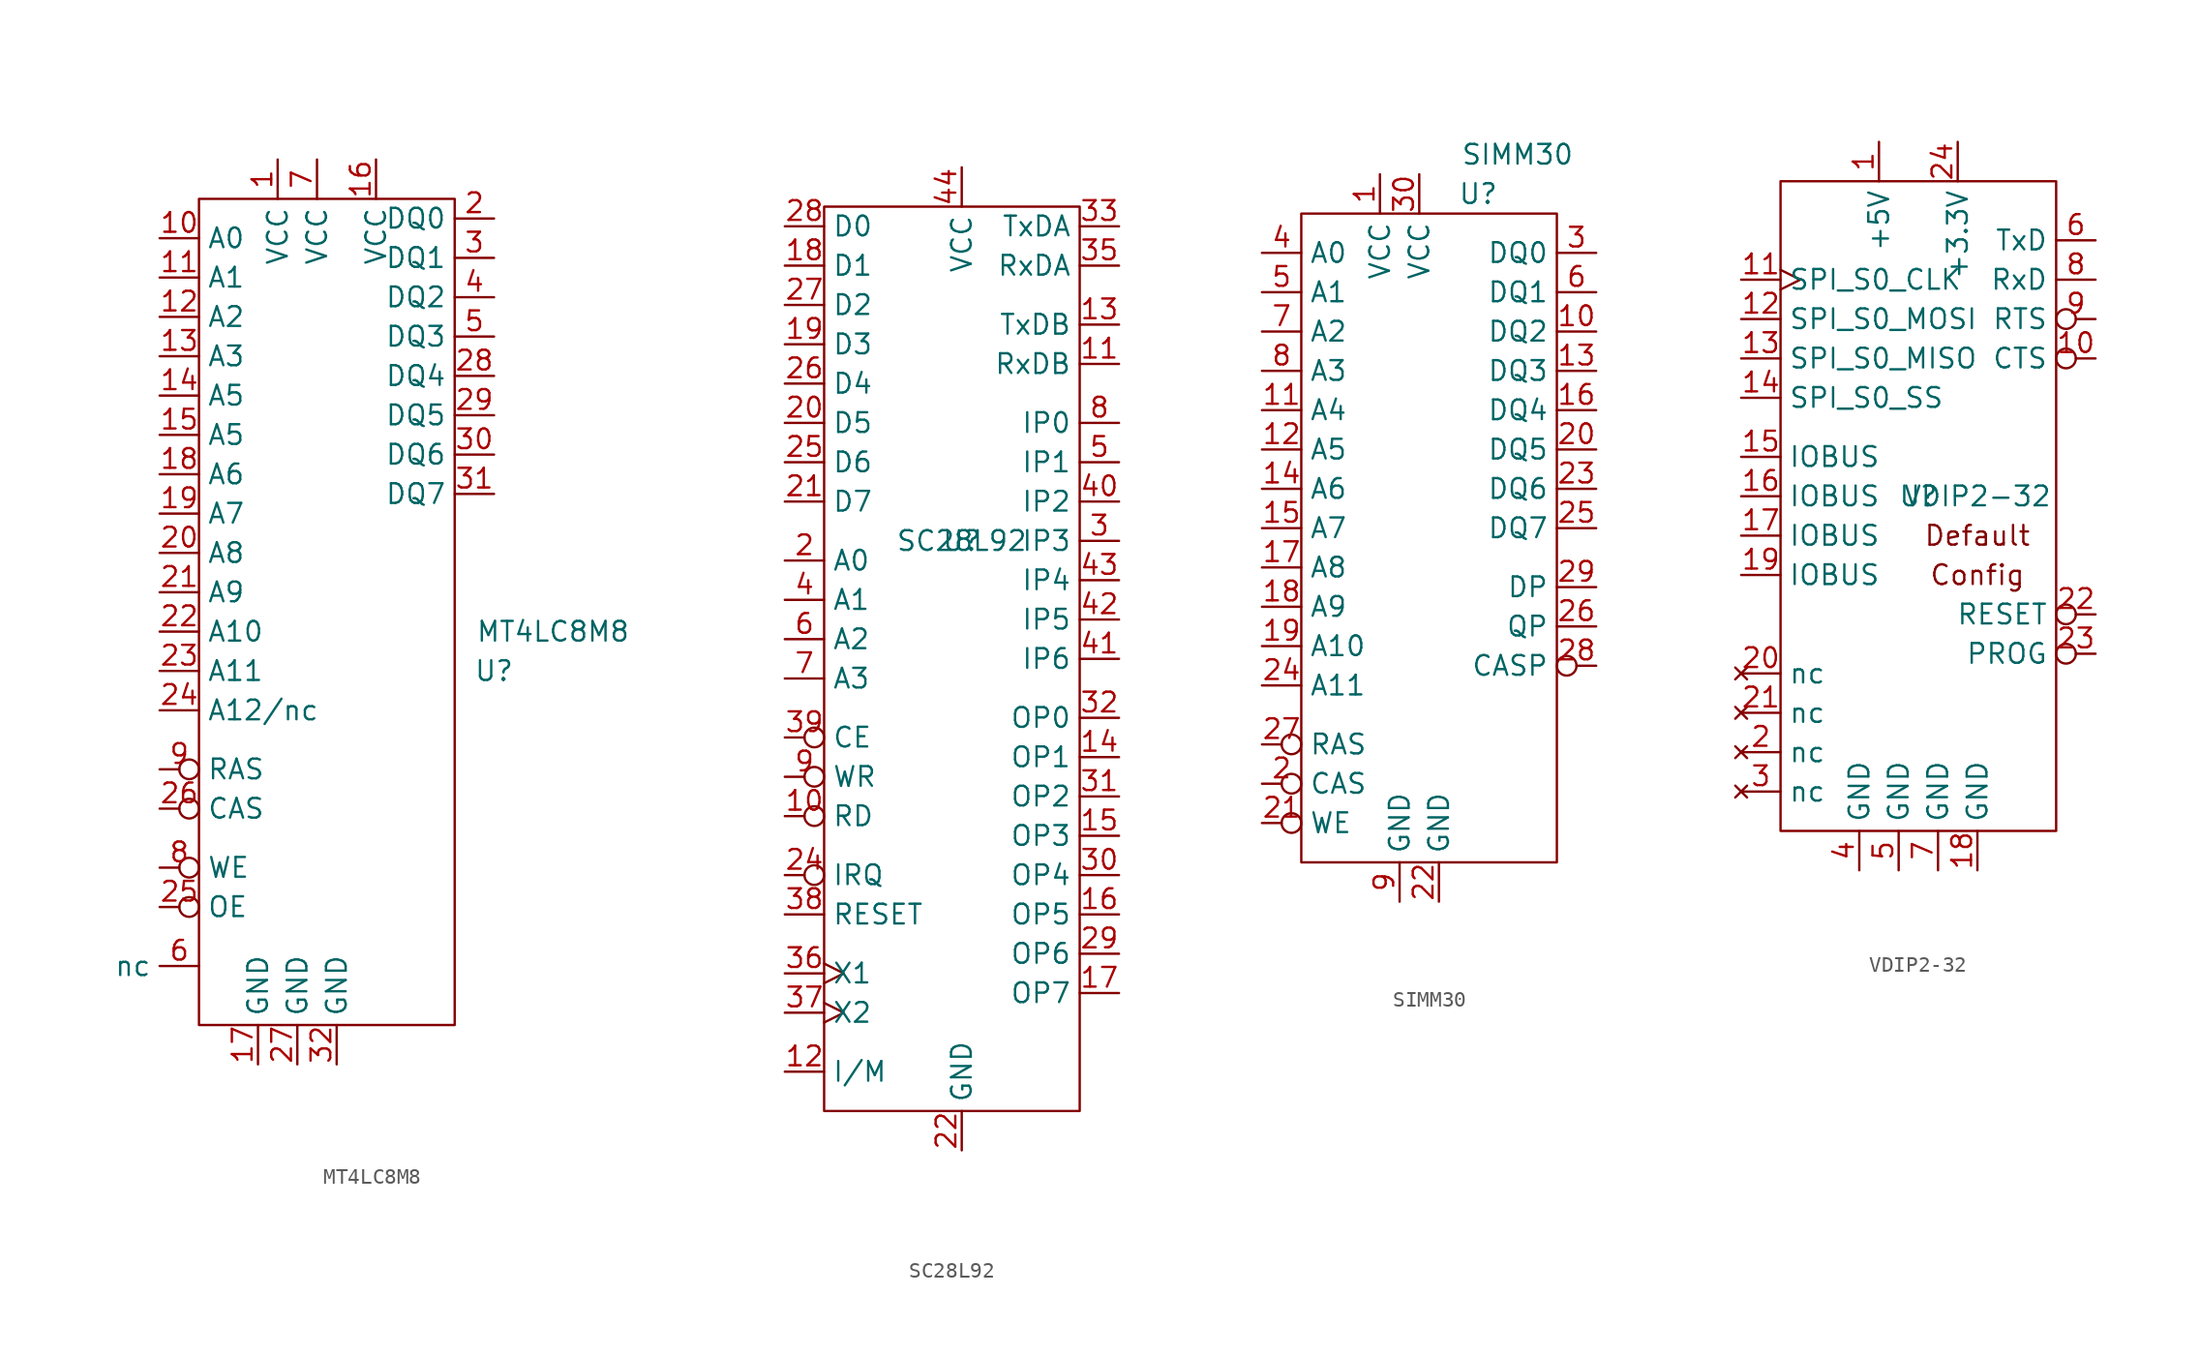
<source format=kicad_sym>
(kicad_symbol_lib
  (version 20211014)
  (generator kicad_symbol_editor)
  (symbol "MT4LC8M8"
    (property "Reference" "U"
      (at 10.16 -3.81 0)
      (effects (font (size 1.27 1.27))))
    (property "Value" "MT4LC8M8"
      (at 13.97 -1.27 0)
      (effects (font (size 1.27 1.27))))
    (symbol "MT4LC8M8_0_1"
      (rectangle (start -8.89 26.67) (end 7.62 -26.67) (stroke (width 0.152) (type default) (color 0 0 0 0)) (fill (type none))))
    (symbol "MT4LC8M8_1_1"
      (pin power_in line (at -3.81 29.21 270) (length 2.54) (name "VCC" (effects (font (size 1.27 1.27)))) (number "1" (effects (font (size 1.27 1.27)))))
      (pin input line (at -11.43 24.13 0) (length 2.54) (name "A0" (effects (font (size 1.27 1.27)))) (number "10" (effects (font (size 1.27 1.27)))))
      (pin input line (at -11.43 21.59 0) (length 2.54) (name "A1" (effects (font (size 1.27 1.27)))) (number "11" (effects (font (size 1.27 1.27)))))
      (pin input line (at -11.43 19.05 0) (length 2.54) (name "A2" (effects (font (size 1.27 1.27)))) (number "12" (effects (font (size 1.27 1.27)))))
      (pin input line (at -11.43 16.51 0) (length 2.54) (name "A3" (effects (font (size 1.27 1.27)))) (number "13" (effects (font (size 1.27 1.27)))))
      (pin input line (at -11.43 13.97 0) (length 2.54) (name "A5" (effects (font (size 1.27 1.27)))) (number "14" (effects (font (size 1.27 1.27)))))
      (pin input line (at -11.43 11.43 0) (length 2.54) (name "A5" (effects (font (size 1.27 1.27)))) (number "15" (effects (font (size 1.27 1.27)))))
      (pin power_in line (at 2.54 29.21 270) (length 2.54) (name "VCC" (effects (font (size 1.27 1.27)))) (number "16" (effects (font (size 1.27 1.27)))))
      (pin power_in line (at -5.08 -29.21 90) (length 2.54) (name "GND" (effects (font (size 1.27 1.27)))) (number "17" (effects (font (size 1.27 1.27)))))
      (pin input line (at -11.43 8.89 0) (length 2.54) (name "A6" (effects (font (size 1.27 1.27)))) (number "18" (effects (font (size 1.27 1.27)))))
      (pin input line (at -11.43 6.35 0) (length 2.54) (name "A7" (effects (font (size 1.27 1.27)))) (number "19" (effects (font (size 1.27 1.27)))))
      (pin bidirectional line (at 10.16 25.4 180) (length 2.54) (name "DQ0" (effects (font (size 1.27 1.27)))) (number "2" (effects (font (size 1.27 1.27)))))
      (pin input line (at -11.43 3.81 0) (length 2.54) (name "A8" (effects (font (size 1.27 1.27)))) (number "20" (effects (font (size 1.27 1.27)))))
      (pin input line (at -11.43 1.27 0) (length 2.54) (name "A9" (effects (font (size 1.27 1.27)))) (number "21" (effects (font (size 1.27 1.27)))))
      (pin input line (at -11.43 -1.27 0) (length 2.54) (name "A10" (effects (font (size 1.27 1.27)))) (number "22" (effects (font (size 1.27 1.27)))))
      (pin input line (at -11.43 -3.81 0) (length 2.54) (name "A11" (effects (font (size 1.27 1.27)))) (number "23" (effects (font (size 1.27 1.27)))))
      (pin input line (at -11.43 -6.35 0) (length 2.54) (name "A12/nc" (effects (font (size 1.27 1.27)))) (number "24" (effects (font (size 1.27 1.27)))))
      (pin input inverted (at -11.43 -19.05 0) (length 2.54) (name "OE" (effects (font (size 1.27 1.27)))) (number "25" (effects (font (size 1.27 1.27)))))
      (pin input inverted (at -11.43 -12.7 0) (length 2.54) (name "CAS" (effects (font (size 1.27 1.27)))) (number "26" (effects (font (size 1.27 1.27)))))
      (pin power_in line (at -2.54 -29.21 90) (length 2.54) (name "GND" (effects (font (size 1.27 1.27)))) (number "27" (effects (font (size 1.27 1.27)))))
      (pin bidirectional line (at 10.16 15.24 180) (length 2.54) (name "DQ4" (effects (font (size 1.27 1.27)))) (number "28" (effects (font (size 1.27 1.27)))))
      (pin bidirectional line (at 10.16 12.7 180) (length 2.54) (name "DQ5" (effects (font (size 1.27 1.27)))) (number "29" (effects (font (size 1.27 1.27)))))
      (pin bidirectional line (at 10.16 22.86 180) (length 2.54) (name "DQ1" (effects (font (size 1.27 1.27)))) (number "3" (effects (font (size 1.27 1.27)))))
      (pin bidirectional line (at 10.16 10.16 180) (length 2.54) (name "DQ6" (effects (font (size 1.27 1.27)))) (number "30" (effects (font (size 1.27 1.27)))))
      (pin bidirectional line (at 10.16 7.62 180) (length 2.54) (name "DQ7" (effects (font (size 1.27 1.27)))) (number "31" (effects (font (size 1.27 1.27)))))
      (pin power_in line (at 0 -29.21 90) (length 2.54) (name "GND" (effects (font (size 1.27 1.27)))) (number "32" (effects (font (size 1.27 1.27)))))
      (pin bidirectional line (at 10.16 20.32 180) (length 2.54) (name "DQ2" (effects (font (size 1.27 1.27)))) (number "4" (effects (font (size 1.27 1.27)))))
      (pin bidirectional line (at 10.16 17.78 180) (length 2.54) (name "DQ3" (effects (font (size 1.27 1.27)))) (number "5" (effects (font (size 1.27 1.27)))))
      (pin free line (at -8.89 -22.86 180) (length 2.54) (name "nc" (effects (font (size 1.27 1.27)))) (number "6" (effects (font (size 1.27 1.27)))))
      (pin power_in line (at -1.27 29.21 270) (length 2.54) (name "VCC" (effects (font (size 1.27 1.27)))) (number "7" (effects (font (size 1.27 1.27)))))
      (pin input inverted (at -11.43 -16.51 0) (length 2.54) (name "WE" (effects (font (size 1.27 1.27)))) (number "8" (effects (font (size 1.27 1.27)))))
      (pin input inverted (at -11.43 -10.16 0) (length 2.54) (name "RAS" (effects (font (size 1.27 1.27)))) (number "9" (effects (font (size 1.27 1.27)))))))
  (symbol "SC28L92"
    (property "Reference" "U"
      (at 0 5.08 0)
      (effects (font (size 1.27 1.27))))
    (property "Value" "SC28L92"
      (at 0 5.08 0)
      (effects (font (size 1.27 1.27))))
    (symbol "SC28L92_0_1"
      (rectangle (start -8.89 26.67) (end 7.62 -31.75) (stroke (width 0.152) (type default) (color 0 0 0 0)) (fill (type none))))
    (symbol "SC28L92_1_1"
      (pin input inverted (at -11.43 -12.7 0) (length 2.54) (name "RD" (effects (font (size 1.27 1.27)))) (number "10" (effects (font (size 1.27 1.27)))))
      (pin input line (at 10.16 16.51 180) (length 2.54) (name "RxDB" (effects (font (size 1.27 1.27)))) (number "11" (effects (font (size 1.27 1.27)))))
      (pin input line (at -11.43 -29.21 0) (length 2.54) (name "I/M" (effects (font (size 1.27 1.27)))) (number "12" (effects (font (size 1.27 1.27)))))
      (pin output line (at 10.16 19.05 180) (length 2.54) (name "TxDB" (effects (font (size 1.27 1.27)))) (number "13" (effects (font (size 1.27 1.27)))))
      (pin output line (at 10.16 -8.89 180) (length 2.54) (name "OP1" (effects (font (size 1.27 1.27)))) (number "14" (effects (font (size 1.27 1.27)))))
      (pin output line (at 10.16 -13.97 180) (length 2.54) (name "OP3" (effects (font (size 1.27 1.27)))) (number "15" (effects (font (size 1.27 1.27)))))
      (pin output line (at 10.16 -19.05 180) (length 2.54) (name "OP5" (effects (font (size 1.27 1.27)))) (number "16" (effects (font (size 1.27 1.27)))))
      (pin output line (at 10.16 -24.13 180) (length 2.54) (name "OP7" (effects (font (size 1.27 1.27)))) (number "17" (effects (font (size 1.27 1.27)))))
      (pin bidirectional line (at -11.43 22.86 0) (length 2.54) (name "D1" (effects (font (size 1.27 1.27)))) (number "18" (effects (font (size 1.27 1.27)))))
      (pin bidirectional line (at -11.43 17.78 0) (length 2.54) (name "D3" (effects (font (size 1.27 1.27)))) (number "19" (effects (font (size 1.27 1.27)))))
      (pin input line (at -11.43 3.81 0) (length 2.54) (name "A0" (effects (font (size 1.27 1.27)))) (number "2" (effects (font (size 1.27 1.27)))))
      (pin bidirectional line (at -11.43 12.7 0) (length 2.54) (name "D5" (effects (font (size 1.27 1.27)))) (number "20" (effects (font (size 1.27 1.27)))))
      (pin bidirectional line (at -11.43 7.62 0) (length 2.54) (name "D7" (effects (font (size 1.27 1.27)))) (number "21" (effects (font (size 1.27 1.27)))))
      (pin power_in line (at 0 -34.29 90) (length 2.54) (name "GND" (effects (font (size 1.27 1.27)))) (number "22" (effects (font (size 1.27 1.27)))))
      (pin output inverted (at -11.43 -16.51 0) (length 2.54) (name "IRQ" (effects (font (size 1.27 1.27)))) (number "24" (effects (font (size 1.27 1.27)))))
      (pin bidirectional line (at -11.43 10.16 0) (length 2.54) (name "D6" (effects (font (size 1.27 1.27)))) (number "25" (effects (font (size 1.27 1.27)))))
      (pin bidirectional line (at -11.43 15.24 0) (length 2.54) (name "D4" (effects (font (size 1.27 1.27)))) (number "26" (effects (font (size 1.27 1.27)))))
      (pin bidirectional line (at -11.43 20.32 0) (length 2.54) (name "D2" (effects (font (size 1.27 1.27)))) (number "27" (effects (font (size 1.27 1.27)))))
      (pin bidirectional line (at -11.43 25.4 0) (length 2.54) (name "D0" (effects (font (size 1.27 1.27)))) (number "28" (effects (font (size 1.27 1.27)))))
      (pin output line (at 10.16 -21.59 180) (length 2.54) (name "OP6" (effects (font (size 1.27 1.27)))) (number "29" (effects (font (size 1.27 1.27)))))
      (pin input line (at 10.16 5.08 180) (length 2.54) (name "IP3" (effects (font (size 1.27 1.27)))) (number "3" (effects (font (size 1.27 1.27)))))
      (pin output line (at 10.16 -16.51 180) (length 2.54) (name "OP4" (effects (font (size 1.27 1.27)))) (number "30" (effects (font (size 1.27 1.27)))))
      (pin output line (at 10.16 -11.43 180) (length 2.54) (name "OP2" (effects (font (size 1.27 1.27)))) (number "31" (effects (font (size 1.27 1.27)))))
      (pin output line (at 10.16 -6.35 180) (length 2.54) (name "OP0" (effects (font (size 1.27 1.27)))) (number "32" (effects (font (size 1.27 1.27)))))
      (pin output line (at 10.16 25.4 180) (length 2.54) (name "TxDA" (effects (font (size 1.27 1.27)))) (number "33" (effects (font (size 1.27 1.27)))))
      (pin input line (at 10.16 22.86 180) (length 2.54) (name "RxDA" (effects (font (size 1.27 1.27)))) (number "35" (effects (font (size 1.27 1.27)))))
      (pin input clock (at -11.43 -22.86 0) (length 2.54) (name "X1" (effects (font (size 1.27 1.27)))) (number "36" (effects (font (size 1.27 1.27)))))
      (pin input clock (at -11.43 -25.4 0) (length 2.54) (name "X2" (effects (font (size 1.27 1.27)))) (number "37" (effects (font (size 1.27 1.27)))))
      (pin output line (at -11.43 -19.05 0) (length 2.54) (name "RESET" (effects (font (size 1.27 1.27)))) (number "38" (effects (font (size 1.27 1.27)))))
      (pin input inverted (at -11.43 -7.62 0) (length 2.54) (name "CE" (effects (font (size 1.27 1.27)))) (number "39" (effects (font (size 1.27 1.27)))))
      (pin input line (at -11.43 1.27 0) (length 2.54) (name "A1" (effects (font (size 1.27 1.27)))) (number "4" (effects (font (size 1.27 1.27)))))
      (pin input line (at 10.16 7.62 180) (length 2.54) (name "IP2" (effects (font (size 1.27 1.27)))) (number "40" (effects (font (size 1.27 1.27)))))
      (pin input line (at 10.16 -2.54 180) (length 2.54) (name "IP6" (effects (font (size 1.27 1.27)))) (number "41" (effects (font (size 1.27 1.27)))))
      (pin input line (at 10.16 0 180) (length 2.54) (name "IP5" (effects (font (size 1.27 1.27)))) (number "42" (effects (font (size 1.27 1.27)))))
      (pin input line (at 10.16 2.54 180) (length 2.54) (name "IP4" (effects (font (size 1.27 1.27)))) (number "43" (effects (font (size 1.27 1.27)))))
      (pin power_in line (at 0 29.21 270) (length 2.54) (name "VCC" (effects (font (size 1.27 1.27)))) (number "44" (effects (font (size 1.27 1.27)))))
      (pin input line (at 10.16 10.16 180) (length 2.54) (name "IP1" (effects (font (size 1.27 1.27)))) (number "5" (effects (font (size 1.27 1.27)))))
      (pin input line (at -11.43 -1.27 0) (length 2.54) (name "A2" (effects (font (size 1.27 1.27)))) (number "6" (effects (font (size 1.27 1.27)))))
      (pin input line (at -11.43 -3.81 0) (length 2.54) (name "A3" (effects (font (size 1.27 1.27)))) (number "7" (effects (font (size 1.27 1.27)))))
      (pin input line (at 10.16 12.7 180) (length 2.54) (name "IP0" (effects (font (size 1.27 1.27)))) (number "8" (effects (font (size 1.27 1.27)))))
      (pin input inverted (at -11.43 -10.16 0) (length 2.54) (name "WR" (effects (font (size 1.27 1.27)))) (number "9" (effects (font (size 1.27 1.27)))))))
  (symbol "SIMM30"
    (property "Reference" "U"
      (at 3.81 20.32 0)
      (effects (font (size 1.27 1.27))))
    (property "Value" "SIMM30"
      (at 6.35 22.86 0)
      (effects (font (size 1.27 1.27))))
    (symbol "SIMM30_0_1"
      (rectangle (start -7.62 19.05) (end 8.89 -22.86) (stroke (width 0.152) (type default) (color 0 0 0 0)) (fill (type none))))
    (symbol "SIMM30_1_1"
      (pin power_in line (at -2.54 21.59 270) (length 2.54) (name "VCC" (effects (font (size 1.27 1.27)))) (number "1" (effects (font (size 1.27 1.27)))))
      (pin bidirectional line (at 11.43 11.43 180) (length 2.54) (name "DQ2" (effects (font (size 1.27 1.27)))) (number "10" (effects (font (size 1.27 1.27)))))
      (pin input line (at -10.16 6.35 0) (length 2.54) (name "A4" (effects (font (size 1.27 1.27)))) (number "11" (effects (font (size 1.27 1.27)))))
      (pin input line (at -10.16 3.81 0) (length 2.54) (name "A5" (effects (font (size 1.27 1.27)))) (number "12" (effects (font (size 1.27 1.27)))))
      (pin bidirectional line (at 11.43 8.89 180) (length 2.54) (name "DQ3" (effects (font (size 1.27 1.27)))) (number "13" (effects (font (size 1.27 1.27)))))
      (pin input line (at -10.16 1.27 0) (length 2.54) (name "A6" (effects (font (size 1.27 1.27)))) (number "14" (effects (font (size 1.27 1.27)))))
      (pin input line (at -10.16 -1.27 0) (length 2.54) (name "A7" (effects (font (size 1.27 1.27)))) (number "15" (effects (font (size 1.27 1.27)))))
      (pin bidirectional line (at 11.43 6.35 180) (length 2.54) (name "DQ4" (effects (font (size 1.27 1.27)))) (number "16" (effects (font (size 1.27 1.27)))))
      (pin input line (at -10.16 -3.81 0) (length 2.54) (name "A8" (effects (font (size 1.27 1.27)))) (number "17" (effects (font (size 1.27 1.27)))))
      (pin input line (at -10.16 -6.35 0) (length 2.54) (name "A9" (effects (font (size 1.27 1.27)))) (number "18" (effects (font (size 1.27 1.27)))))
      (pin input line (at -10.16 -8.89 0) (length 2.54) (name "A10" (effects (font (size 1.27 1.27)))) (number "19" (effects (font (size 1.27 1.27)))))
      (pin input inverted (at -10.16 -17.78 0) (length 2.54) (name "CAS" (effects (font (size 1.27 1.27)))) (number "2" (effects (font (size 1.27 1.27)))))
      (pin bidirectional line (at 11.43 3.81 180) (length 2.54) (name "DQ5" (effects (font (size 1.27 1.27)))) (number "20" (effects (font (size 1.27 1.27)))))
      (pin input inverted (at -10.16 -20.32 0) (length 2.54) (name "WE" (effects (font (size 1.27 1.27)))) (number "21" (effects (font (size 1.27 1.27)))))
      (pin power_in line (at 1.27 -25.4 90) (length 2.54) (name "GND" (effects (font (size 1.27 1.27)))) (number "22" (effects (font (size 1.27 1.27)))))
      (pin bidirectional line (at 11.43 1.27 180) (length 2.54) (name "DQ6" (effects (font (size 1.27 1.27)))) (number "23" (effects (font (size 1.27 1.27)))))
      (pin input line (at -10.16 -11.43 0) (length 2.54) (name "A11" (effects (font (size 1.27 1.27)))) (number "24" (effects (font (size 1.27 1.27)))))
      (pin bidirectional line (at 11.43 -1.27 180) (length 2.54) (name "DQ7" (effects (font (size 1.27 1.27)))) (number "25" (effects (font (size 1.27 1.27)))))
      (pin output line (at 11.43 -7.62 180) (length 2.54) (name "QP" (effects (font (size 1.27 1.27)))) (number "26" (effects (font (size 1.27 1.27)))))
      (pin input inverted (at -10.16 -15.24 0) (length 2.54) (name "RAS" (effects (font (size 1.27 1.27)))) (number "27" (effects (font (size 1.27 1.27)))))
      (pin input inverted (at 11.43 -10.16 180) (length 2.54) (name "CASP" (effects (font (size 1.27 1.27)))) (number "28" (effects (font (size 1.27 1.27)))))
      (pin input line (at 11.43 -5.08 180) (length 2.54) (name "DP" (effects (font (size 1.27 1.27)))) (number "29" (effects (font (size 1.27 1.27)))))
      (pin bidirectional line (at 11.43 16.51 180) (length 2.54) (name "DQ0" (effects (font (size 1.27 1.27)))) (number "3" (effects (font (size 1.27 1.27)))))
      (pin power_in line (at 0 21.59 270) (length 2.54) (name "VCC" (effects (font (size 1.27 1.27)))) (number "30" (effects (font (size 1.27 1.27)))))
      (pin input line (at -10.16 16.51 0) (length 2.54) (name "A0" (effects (font (size 1.27 1.27)))) (number "4" (effects (font (size 1.27 1.27)))))
      (pin input line (at -10.16 13.97 0) (length 2.54) (name "A1" (effects (font (size 1.27 1.27)))) (number "5" (effects (font (size 1.27 1.27)))))
      (pin bidirectional line (at 11.43 13.97 180) (length 2.54) (name "DQ1" (effects (font (size 1.27 1.27)))) (number "6" (effects (font (size 1.27 1.27)))))
      (pin input line (at -10.16 11.43 0) (length 2.54) (name "A2" (effects (font (size 1.27 1.27)))) (number "7" (effects (font (size 1.27 1.27)))))
      (pin input line (at -10.16 8.89 0) (length 2.54) (name "A3" (effects (font (size 1.27 1.27)))) (number "8" (effects (font (size 1.27 1.27)))))
      (pin power_in line (at -1.27 -25.4 90) (length 2.54) (name "GND" (effects (font (size 1.27 1.27)))) (number "9" (effects (font (size 1.27 1.27)))))))
  (symbol "VDIP2-32"
    (property "Reference" "U"
      (at 0 0 0)
      (effects (font (size 1.27 1.27))))
    (property "Value" "VDIP2-32"
      (at 3.81 0 0)
      (effects (font (size 1.27 1.27))))
    (symbol "VDIP2-32_0_0"
      (text "Config" (at 3.81 -5.08 0) (effects (font (size 1.27 1.27))))
      (text "Default" (at 3.81 -2.54 0) (effects (font (size 1.27 1.27)))))
    (symbol "VDIP2-32_0_1"
      (rectangle (start -8.89 20.32) (end 8.89 -21.59) (stroke (width 0.152) (type default) (color 0 0 0 0)) (fill (type none))))
    (symbol "VDIP2-32_1_1"
      (pin power_in line (at -2.54 22.86 270) (length 2.54) (name "+5V" (effects (font (size 1.27 1.27)))) (number "1" (effects (font (size 1.27 1.27)))))
      (pin input inverted (at 11.43 8.89 180) (length 2.54) (name "CTS" (effects (font (size 1.27 1.27)))) (number "10" (effects (font (size 1.27 1.27)))))
      (pin input clock (at -11.43 13.97 0) (length 2.54) (name "SPI_S0_CLK" (effects (font (size 1.27 1.27)))) (number "11" (effects (font (size 1.27 1.27)))))
      (pin bidirectional line (at -11.43 11.43 0) (length 2.54) (name "SPI_S0_MOSI" (effects (font (size 1.27 1.27)))) (number "12" (effects (font (size 1.27 1.27)))))
      (pin bidirectional line (at -11.43 8.89 0) (length 2.54) (name "SPI_S0_MISO" (effects (font (size 1.27 1.27)))) (number "13" (effects (font (size 1.27 1.27)))))
      (pin input line (at -11.43 6.35 0) (length 2.54) (name "SPI_S0_SS" (effects (font (size 1.27 1.27)))) (number "14" (effects (font (size 1.27 1.27)))))
      (pin bidirectional line (at -11.43 2.54 0) (length 2.54) (name "IOBUS" (effects (font (size 1.27 1.27)))) (number "15" (effects (font (size 1.27 1.27)))))
      (pin bidirectional line (at -11.43 0 0) (length 2.54) (name "IOBUS" (effects (font (size 1.27 1.27)))) (number "16" (effects (font (size 1.27 1.27)))))
      (pin bidirectional line (at -11.43 -2.54 0) (length 2.54) (name "IOBUS" (effects (font (size 1.27 1.27)))) (number "17" (effects (font (size 1.27 1.27)))))
      (pin power_in line (at 3.81 -24.13 90) (length 2.54) (name "GND" (effects (font (size 1.27 1.27)))) (number "18" (effects (font (size 1.27 1.27)))))
      (pin bidirectional line (at -11.43 -5.08 0) (length 2.54) (name "IOBUS" (effects (font (size 1.27 1.27)))) (number "19" (effects (font (size 1.27 1.27)))))
      (pin no_connect line (at -11.43 -16.51 0) (length 2.54) (name "nc" (effects (font (size 1.27 1.27)))) (number "2" (effects (font (size 1.27 1.27)))))
      (pin no_connect line (at -11.43 -11.43 0) (length 2.54) (name "nc" (effects (font (size 1.27 1.27)))) (number "20" (effects (font (size 1.27 1.27)))))
      (pin no_connect line (at -11.43 -13.97 0) (length 2.54) (name "nc" (effects (font (size 1.27 1.27)))) (number "21" (effects (font (size 1.27 1.27)))))
      (pin input inverted (at 11.43 -7.62 180) (length 2.54) (name "RESET" (effects (font (size 1.27 1.27)))) (number "22" (effects (font (size 1.27 1.27)))))
      (pin input inverted (at 11.43 -10.16 180) (length 2.54) (name "PROG" (effects (font (size 1.27 1.27)))) (number "23" (effects (font (size 1.27 1.27)))))
      (pin power_out line (at 2.54 22.86 270) (length 2.54) (name "+3.3V" (effects (font (size 1.27 1.27)))) (number "24" (effects (font (size 1.27 1.27)))))
      (pin no_connect line (at -11.43 -19.05 0) (length 2.54) (name "nc" (effects (font (size 1.27 1.27)))) (number "3" (effects (font (size 1.27 1.27)))))
      (pin power_in line (at -3.81 -24.13 90) (length 2.54) (name "GND" (effects (font (size 1.27 1.27)))) (number "4" (effects (font (size 1.27 1.27)))))
      (pin power_in line (at -1.27 -24.13 90) (length 2.54) (name "GND" (effects (font (size 1.27 1.27)))) (number "5" (effects (font (size 1.27 1.27)))))
      (pin output line (at 11.43 16.51 180) (length 2.54) (name "TxD" (effects (font (size 1.27 1.27)))) (number "6" (effects (font (size 1.27 1.27)))))
      (pin power_in line (at 1.27 -24.13 90) (length 2.54) (name "GND" (effects (font (size 1.27 1.27)))) (number "7" (effects (font (size 1.27 1.27)))))
      (pin input line (at 11.43 13.97 180) (length 2.54) (name "RxD" (effects (font (size 1.27 1.27)))) (number "8" (effects (font (size 1.27 1.27)))))
      (pin output inverted (at 11.43 11.43 180) (length 2.54) (name "RTS" (effects (font (size 1.27 1.27)))) (number "9" (effects (font (size 1.27 1.27))))))))
</source>
